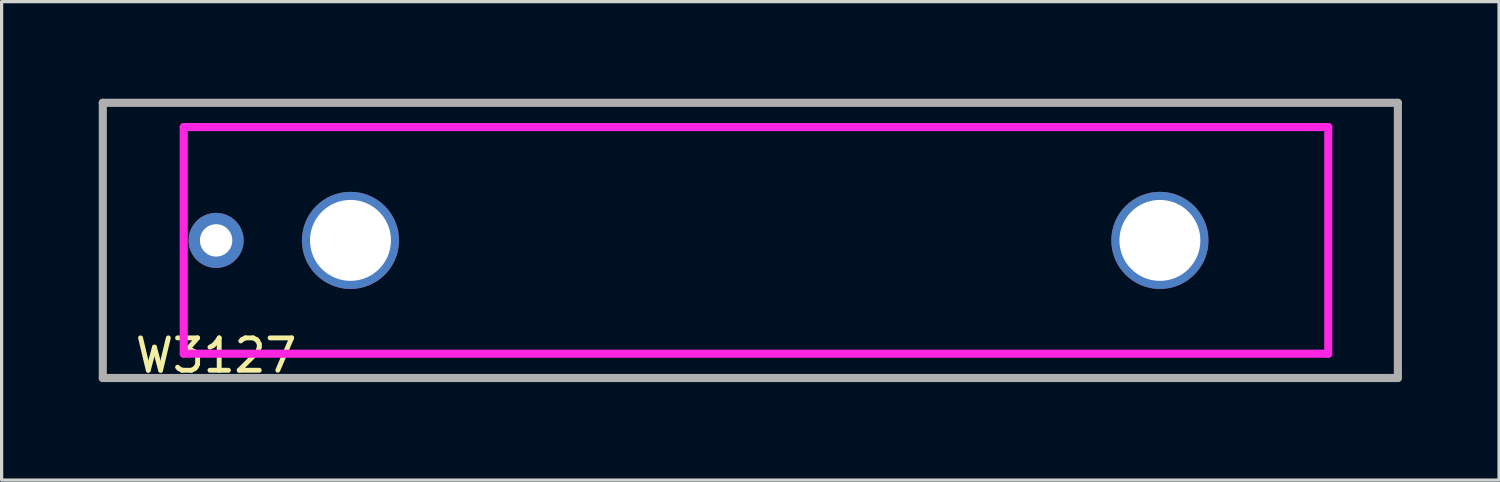
<source format=kicad_pcb>
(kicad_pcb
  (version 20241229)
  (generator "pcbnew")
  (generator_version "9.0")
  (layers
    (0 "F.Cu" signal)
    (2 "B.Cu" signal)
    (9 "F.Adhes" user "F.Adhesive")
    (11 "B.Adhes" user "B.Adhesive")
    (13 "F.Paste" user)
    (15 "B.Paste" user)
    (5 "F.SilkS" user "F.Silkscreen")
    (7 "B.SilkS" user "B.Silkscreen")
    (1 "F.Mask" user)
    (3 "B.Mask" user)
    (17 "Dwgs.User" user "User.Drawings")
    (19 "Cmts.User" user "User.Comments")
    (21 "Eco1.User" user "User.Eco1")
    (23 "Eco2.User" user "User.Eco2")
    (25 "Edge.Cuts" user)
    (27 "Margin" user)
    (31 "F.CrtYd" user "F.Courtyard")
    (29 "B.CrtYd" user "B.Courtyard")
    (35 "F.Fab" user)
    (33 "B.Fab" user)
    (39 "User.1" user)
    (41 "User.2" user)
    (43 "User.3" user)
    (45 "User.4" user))
  (footprint "W3127"
    (layer "F.Cu")
    (at 3.625 4.375)
    (property "Reference" "W3127" (at 0 3.556 0) (layer "F.SilkS") (effects (font (size 1 1) (thickness 0.15))))
    (attr through_hole)
    (fp_line (start -1 -3.5) (end -1 3.5) (stroke (width 0.25) (type solid)) (layer "F.CrtYd"))
    (fp_line (start -1 -3.5) (end 34.35 -3.5) (stroke (width 0.25) (type solid)) (layer "F.CrtYd"))
    (fp_line (start -1 3.5) (end 34.35 3.5) (stroke (width 0.25) (type solid)) (layer "F.CrtYd"))
    (fp_line (start 34.35 -3.5) (end 34.35 3.5) (stroke (width 0.25) (type solid)) (layer "F.CrtYd"))
    (fp_line (start -3.5 -4.25) (end 36.5 -4.25) (stroke (width 0.25) (type solid)) (layer "F.Fab"))
    (fp_line (start -3.5 4.25) (end -3.5 -4.25) (stroke (width 0.25) (type solid)) (layer "F.Fab"))
    (fp_line (start 36.5 -4.25) (end 36.5 4.25) (stroke (width 0.25) (type solid)) (layer "F.Fab"))
    (fp_line (start 36.5 4.25) (end -3.5 4.25) (stroke (width 0.25) (type solid)) (layer "F.Fab"))
    (pad "" np_thru_hole circle (at 4.15 0) (size 3 3) (drill 2.5) (layers "*.Cu" "*.Mask"))
    (pad "" np_thru_hole circle (at 29.15 0) (size 3 3) (drill 2.5) (layers "*.Cu" "*.Mask"))
    (pad "1" thru_hole circle (at 0 0) (size 1.7 1.7) (drill 1) (layers "*.Cu" "*.Mask")))
  (gr_rect
    (start -3 -3)
    (end 43.25 11.779)
    (stroke (width 0.1) (type default))
    (fill no)
    (layer "Edge.Cuts")))
</source>
